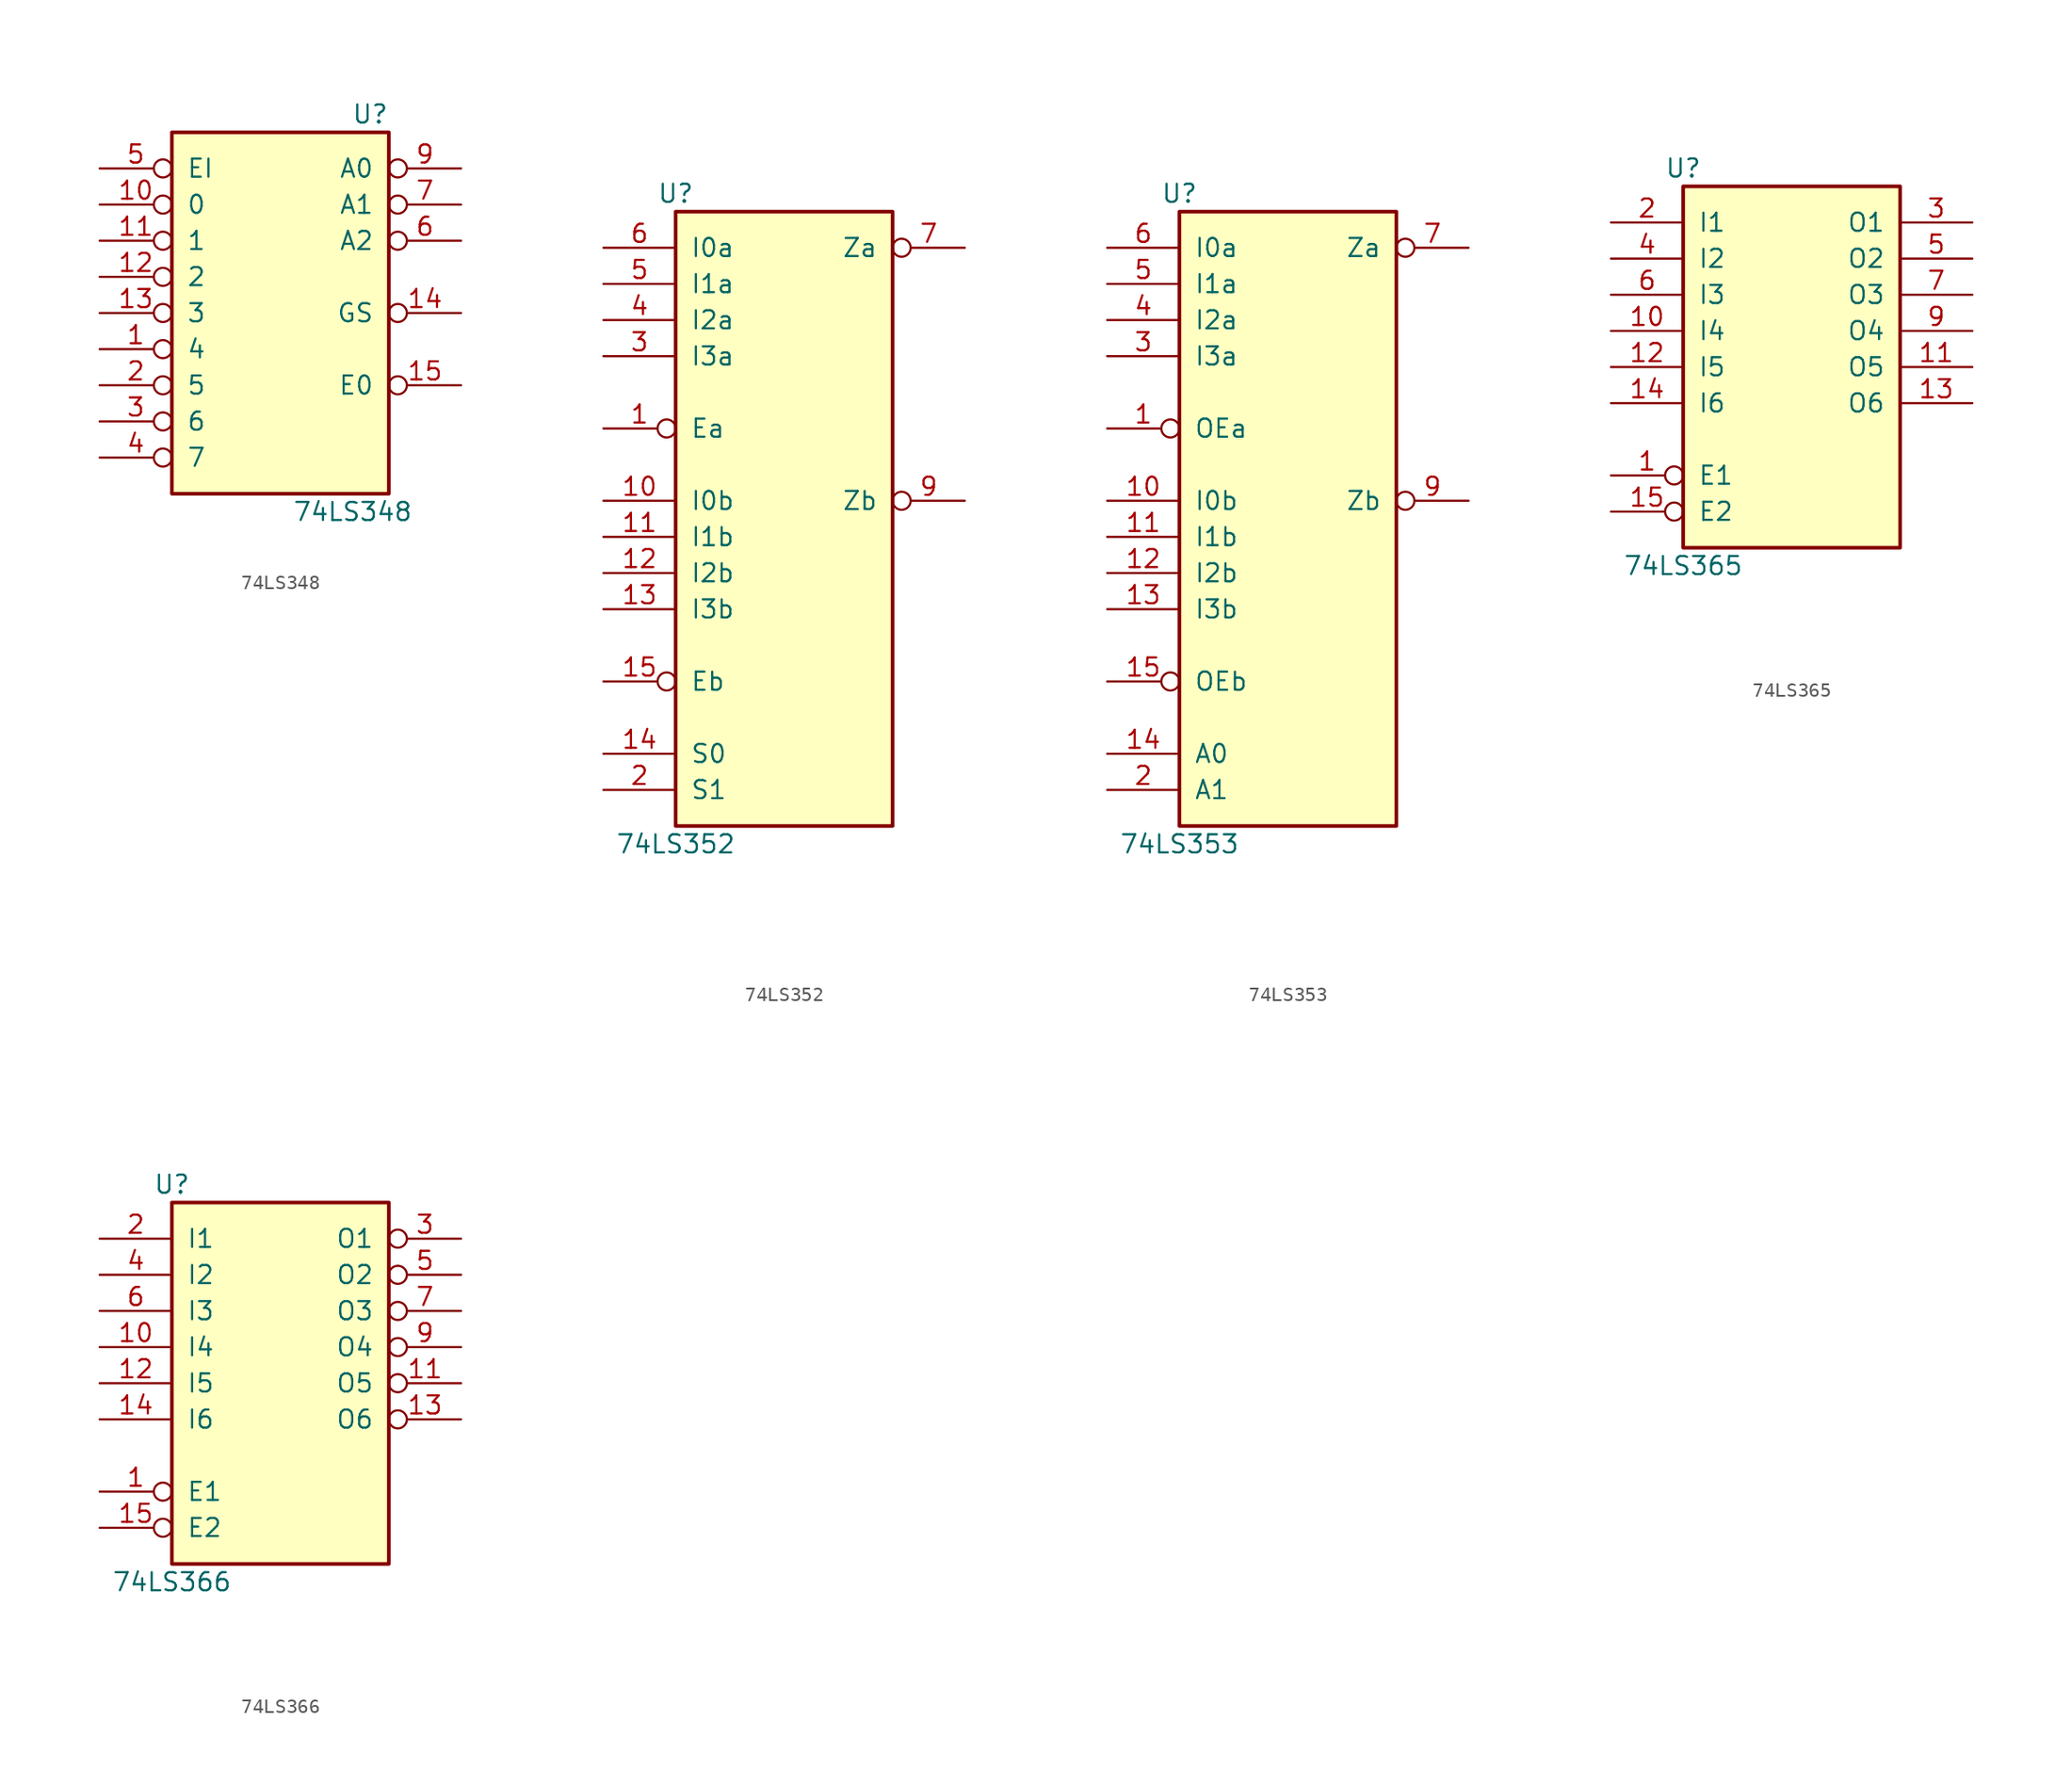
<source format=kicad_sym>
(kicad_symbol_lib
  (version 20231120)
  (generator "kicad_symbol_editor")
  (generator_version "8.0")
  (symbol "74LS348"
    (pin_names
      (offset 1.016))
    (property "Reference" "U"
      (at 7.62 13.97 0)
      (effects (font (size 1.27 1.27)) (justify right)))
    (property "Value" "74LS348"
      (at 5.08 -13.97 0)
      (effects (font (size 1.27 1.27))))
    (property "ki_locked" ""
      (at 0 0 0)
      (effects (font (size 1.27 1.27))))
    (symbol "74LS348_1_0"
      (pin input inverted (at -12.7 -2.54 0) (length 5.08) (name "4" (effects (font (size 1.27 1.27)))) (number "1" (effects (font (size 1.27 1.27)))))
      (pin input inverted (at -12.7 7.62 0) (length 5.08) (name "0" (effects (font (size 1.27 1.27)))) (number "10" (effects (font (size 1.27 1.27)))))
      (pin input inverted (at -12.7 5.08 0) (length 5.08) (name "1" (effects (font (size 1.27 1.27)))) (number "11" (effects (font (size 1.27 1.27)))))
      (pin input inverted (at -12.7 2.54 0) (length 5.08) (name "2" (effects (font (size 1.27 1.27)))) (number "12" (effects (font (size 1.27 1.27)))))
      (pin input inverted (at -12.7 0 0) (length 5.08) (name "3" (effects (font (size 1.27 1.27)))) (number "13" (effects (font (size 1.27 1.27)))))
      (pin output inverted (at 12.7 0 180) (length 5.08) (name "GS" (effects (font (size 1.27 1.27)))) (number "14" (effects (font (size 1.27 1.27)))))
      (pin output inverted (at 12.7 -5.08 180) (length 5.08) (name "E0" (effects (font (size 1.27 1.27)))) (number "15" (effects (font (size 1.27 1.27)))))
      (pin input line (at 0 12.7 270) (length 1.27) hide (name "VCC" (effects (font (size 1.27 1.27)))) (number "16" (effects (font (size 1.27 1.27)))))
      (pin input inverted (at -12.7 -5.08 0) (length 5.08) (name "5" (effects (font (size 1.27 1.27)))) (number "2" (effects (font (size 1.27 1.27)))))
      (pin input inverted (at -12.7 -7.62 0) (length 5.08) (name "6" (effects (font (size 1.27 1.27)))) (number "3" (effects (font (size 1.27 1.27)))))
      (pin input inverted (at -12.7 -10.16 0) (length 5.08) (name "7" (effects (font (size 1.27 1.27)))) (number "4" (effects (font (size 1.27 1.27)))))
      (pin input inverted (at -12.7 10.16 0) (length 5.08) (name "EI" (effects (font (size 1.27 1.27)))) (number "5" (effects (font (size 1.27 1.27)))))
      (pin tri_state inverted (at 12.7 5.08 180) (length 5.08) (name "A2" (effects (font (size 1.27 1.27)))) (number "6" (effects (font (size 1.27 1.27)))))
      (pin tri_state inverted (at 12.7 7.62 180) (length 5.08) (name "A1" (effects (font (size 1.27 1.27)))) (number "7" (effects (font (size 1.27 1.27)))))
      (pin power_in line (at 0 -12.7 90) (length 1.27) hide (name "GND" (effects (font (size 1.27 1.27)))) (number "8" (effects (font (size 1.27 1.27)))))
      (pin tri_state inverted (at 12.7 10.16 180) (length 5.08) (name "A0" (effects (font (size 1.27 1.27)))) (number "9" (effects (font (size 1.27 1.27))))))
    (symbol "74LS348_1_1"
      (rectangle (start -7.62 12.7) (end 7.62 -12.7) (stroke (width 0.254) (type default)) (fill (type background)))))
  (symbol "74LS352"
    (pin_names
      (offset 1.016))
    (property "Reference" "U"
      (at -7.62 21.59 0)
      (effects (font (size 1.27 1.27))))
    (property "Value" "74LS352"
      (at -7.62 -24.13 0)
      (effects (font (size 1.27 1.27))))
    (property "ki_locked" ""
      (at 0 0 0)
      (effects (font (size 1.27 1.27))))
    (symbol "74LS352_1_0"
      (pin input inverted (at -12.7 5.08 0) (length 5.08) (name "Ea" (effects (font (size 1.27 1.27)))) (number "1" (effects (font (size 1.27 1.27)))))
      (pin input line (at -12.7 0 0) (length 5.08) (name "I0b" (effects (font (size 1.27 1.27)))) (number "10" (effects (font (size 1.27 1.27)))))
      (pin input line (at -12.7 -2.54 0) (length 5.08) (name "I1b" (effects (font (size 1.27 1.27)))) (number "11" (effects (font (size 1.27 1.27)))))
      (pin input line (at -12.7 -5.08 0) (length 5.08) (name "I2b" (effects (font (size 1.27 1.27)))) (number "12" (effects (font (size 1.27 1.27)))))
      (pin input line (at -12.7 -7.62 0) (length 5.08) (name "I3b" (effects (font (size 1.27 1.27)))) (number "13" (effects (font (size 1.27 1.27)))))
      (pin input line (at -12.7 -17.78 0) (length 5.08) (name "S0" (effects (font (size 1.27 1.27)))) (number "14" (effects (font (size 1.27 1.27)))))
      (pin input inverted (at -12.7 -12.7 0) (length 5.08) (name "Eb" (effects (font (size 1.27 1.27)))) (number "15" (effects (font (size 1.27 1.27)))))
      (pin input line (at 0 25.4 270) (length 5.08) hide (name "VCC" (effects (font (size 1.27 1.27)))) (number "16" (effects (font (size 1.27 1.27)))))
      (pin input line (at -12.7 -20.32 0) (length 5.08) (name "S1" (effects (font (size 1.27 1.27)))) (number "2" (effects (font (size 1.27 1.27)))))
      (pin input line (at -12.7 10.16 0) (length 5.08) (name "I3a" (effects (font (size 1.27 1.27)))) (number "3" (effects (font (size 1.27 1.27)))))
      (pin input line (at -12.7 12.7 0) (length 5.08) (name "I2a" (effects (font (size 1.27 1.27)))) (number "4" (effects (font (size 1.27 1.27)))))
      (pin input line (at -12.7 15.24 0) (length 5.08) (name "I1a" (effects (font (size 1.27 1.27)))) (number "5" (effects (font (size 1.27 1.27)))))
      (pin input line (at -12.7 17.78 0) (length 5.08) (name "I0a" (effects (font (size 1.27 1.27)))) (number "6" (effects (font (size 1.27 1.27)))))
      (pin output inverted (at 12.7 17.78 180) (length 5.08) (name "Za" (effects (font (size 1.27 1.27)))) (number "7" (effects (font (size 1.27 1.27)))))
      (pin input line (at 0 -27.94 90) (length 5.08) hide (name "GND" (effects (font (size 1.27 1.27)))) (number "8" (effects (font (size 1.27 1.27)))))
      (pin output inverted (at 12.7 0 180) (length 5.08) (name "Zb" (effects (font (size 1.27 1.27)))) (number "9" (effects (font (size 1.27 1.27))))))
    (symbol "74LS352_1_1"
      (rectangle (start -7.62 20.32) (end 7.62 -22.86) (stroke (width 0.254) (type default)) (fill (type background)))))
  (symbol "74LS353"
    (pin_names
      (offset 1.016))
    (property "Reference" "U"
      (at -7.62 21.59 0)
      (effects (font (size 1.27 1.27))))
    (property "Value" "74LS353"
      (at -7.62 -24.13 0)
      (effects (font (size 1.27 1.27))))
    (property "ki_locked" ""
      (at 0 0 0)
      (effects (font (size 1.27 1.27))))
    (symbol "74LS353_1_0"
      (pin input inverted (at -12.7 5.08 0) (length 5.08) (name "OEa" (effects (font (size 1.27 1.27)))) (number "1" (effects (font (size 1.27 1.27)))))
      (pin input line (at -12.7 0 0) (length 5.08) (name "I0b" (effects (font (size 1.27 1.27)))) (number "10" (effects (font (size 1.27 1.27)))))
      (pin input line (at -12.7 -2.54 0) (length 5.08) (name "I1b" (effects (font (size 1.27 1.27)))) (number "11" (effects (font (size 1.27 1.27)))))
      (pin input line (at -12.7 -5.08 0) (length 5.08) (name "I2b" (effects (font (size 1.27 1.27)))) (number "12" (effects (font (size 1.27 1.27)))))
      (pin input line (at -12.7 -7.62 0) (length 5.08) (name "I3b" (effects (font (size 1.27 1.27)))) (number "13" (effects (font (size 1.27 1.27)))))
      (pin input line (at -12.7 -17.78 0) (length 5.08) (name "A0" (effects (font (size 1.27 1.27)))) (number "14" (effects (font (size 1.27 1.27)))))
      (pin input inverted (at -12.7 -12.7 0) (length 5.08) (name "OEb" (effects (font (size 1.27 1.27)))) (number "15" (effects (font (size 1.27 1.27)))))
      (pin input line (at 0 25.4 270) (length 5.08) hide (name "VCC" (effects (font (size 1.27 1.27)))) (number "16" (effects (font (size 1.27 1.27)))))
      (pin input line (at -12.7 -20.32 0) (length 5.08) (name "A1" (effects (font (size 1.27 1.27)))) (number "2" (effects (font (size 1.27 1.27)))))
      (pin input line (at -12.7 10.16 0) (length 5.08) (name "I3a" (effects (font (size 1.27 1.27)))) (number "3" (effects (font (size 1.27 1.27)))))
      (pin input line (at -12.7 12.7 0) (length 5.08) (name "I2a" (effects (font (size 1.27 1.27)))) (number "4" (effects (font (size 1.27 1.27)))))
      (pin input line (at -12.7 15.24 0) (length 5.08) (name "I1a" (effects (font (size 1.27 1.27)))) (number "5" (effects (font (size 1.27 1.27)))))
      (pin input line (at -12.7 17.78 0) (length 5.08) (name "I0a" (effects (font (size 1.27 1.27)))) (number "6" (effects (font (size 1.27 1.27)))))
      (pin tri_state inverted (at 12.7 17.78 180) (length 5.08) (name "Za" (effects (font (size 1.27 1.27)))) (number "7" (effects (font (size 1.27 1.27)))))
      (pin input line (at 0 -27.94 90) (length 5.08) hide (name "GND" (effects (font (size 1.27 1.27)))) (number "8" (effects (font (size 1.27 1.27)))))
      (pin tri_state inverted (at 12.7 0 180) (length 5.08) (name "Zb" (effects (font (size 1.27 1.27)))) (number "9" (effects (font (size 1.27 1.27))))))
    (symbol "74LS353_1_1"
      (rectangle (start -7.62 20.32) (end 7.62 -22.86) (stroke (width 0.254) (type default)) (fill (type background)))))
  (symbol "74LS365"
    (pin_names
      (offset 1.016))
    (property "Reference" "U"
      (at -7.62 13.97 0)
      (effects (font (size 1.27 1.27))))
    (property "Value" "74LS365"
      (at -7.62 -13.97 0)
      (effects (font (size 1.27 1.27))))
    (property "ki_locked" ""
      (at 0 0 0)
      (effects (font (size 1.27 1.27))))
    (symbol "74LS365_1_0"
      (pin input inverted (at -12.7 -7.62 0) (length 5.08) (name "E1" (effects (font (size 1.27 1.27)))) (number "1" (effects (font (size 1.27 1.27)))))
      (pin input line (at -12.7 2.54 0) (length 5.08) (name "I4" (effects (font (size 1.27 1.27)))) (number "10" (effects (font (size 1.27 1.27)))))
      (pin tri_state line (at 12.7 0 180) (length 5.08) (name "O5" (effects (font (size 1.27 1.27)))) (number "11" (effects (font (size 1.27 1.27)))))
      (pin input line (at -12.7 0 0) (length 5.08) (name "I5" (effects (font (size 1.27 1.27)))) (number "12" (effects (font (size 1.27 1.27)))))
      (pin tri_state line (at 12.7 -2.54 180) (length 5.08) (name "O6" (effects (font (size 1.27 1.27)))) (number "13" (effects (font (size 1.27 1.27)))))
      (pin input line (at -12.7 -2.54 0) (length 5.08) (name "I6" (effects (font (size 1.27 1.27)))) (number "14" (effects (font (size 1.27 1.27)))))
      (pin input inverted (at -12.7 -10.16 0) (length 5.08) (name "E2" (effects (font (size 1.27 1.27)))) (number "15" (effects (font (size 1.27 1.27)))))
      (pin input line (at 0 17.78 270) (length 5.08) hide (name "VCC" (effects (font (size 1.27 1.27)))) (number "16" (effects (font (size 1.27 1.27)))))
      (pin input line (at -12.7 10.16 0) (length 5.08) (name "I1" (effects (font (size 1.27 1.27)))) (number "2" (effects (font (size 1.27 1.27)))))
      (pin tri_state line (at 12.7 10.16 180) (length 5.08) (name "O1" (effects (font (size 1.27 1.27)))) (number "3" (effects (font (size 1.27 1.27)))))
      (pin input line (at -12.7 7.62 0) (length 5.08) (name "I2" (effects (font (size 1.27 1.27)))) (number "4" (effects (font (size 1.27 1.27)))))
      (pin tri_state line (at 12.7 7.62 180) (length 5.08) (name "O2" (effects (font (size 1.27 1.27)))) (number "5" (effects (font (size 1.27 1.27)))))
      (pin input line (at -12.7 5.08 0) (length 5.08) (name "I3" (effects (font (size 1.27 1.27)))) (number "6" (effects (font (size 1.27 1.27)))))
      (pin tri_state line (at 12.7 5.08 180) (length 5.08) (name "O3" (effects (font (size 1.27 1.27)))) (number "7" (effects (font (size 1.27 1.27)))))
      (pin input line (at 0 -17.78 90) (length 5.08) hide (name "GND" (effects (font (size 1.27 1.27)))) (number "8" (effects (font (size 1.27 1.27)))))
      (pin tri_state line (at 12.7 2.54 180) (length 5.08) (name "O4" (effects (font (size 1.27 1.27)))) (number "9" (effects (font (size 1.27 1.27))))))
    (symbol "74LS365_1_1"
      (rectangle (start -7.62 12.7) (end 7.62 -12.7) (stroke (width 0.254) (type default)) (fill (type background)))))
  (symbol "74LS366"
    (pin_names
      (offset 1.016))
    (property "Reference" "U"
      (at -7.62 13.97 0)
      (effects (font (size 1.27 1.27))))
    (property "Value" "74LS366"
      (at -7.62 -13.97 0)
      (effects (font (size 1.27 1.27))))
    (property "ki_locked" ""
      (at 0 0 0)
      (effects (font (size 1.27 1.27))))
    (symbol "74LS366_1_0"
      (pin input inverted (at -12.7 -7.62 0) (length 5.08) (name "E1" (effects (font (size 1.27 1.27)))) (number "1" (effects (font (size 1.27 1.27)))))
      (pin input line (at -12.7 2.54 0) (length 5.08) (name "I4" (effects (font (size 1.27 1.27)))) (number "10" (effects (font (size 1.27 1.27)))))
      (pin tri_state inverted (at 12.7 0 180) (length 5.08) (name "O5" (effects (font (size 1.27 1.27)))) (number "11" (effects (font (size 1.27 1.27)))))
      (pin input line (at -12.7 0 0) (length 5.08) (name "I5" (effects (font (size 1.27 1.27)))) (number "12" (effects (font (size 1.27 1.27)))))
      (pin tri_state inverted (at 12.7 -2.54 180) (length 5.08) (name "O6" (effects (font (size 1.27 1.27)))) (number "13" (effects (font (size 1.27 1.27)))))
      (pin input line (at -12.7 -2.54 0) (length 5.08) (name "I6" (effects (font (size 1.27 1.27)))) (number "14" (effects (font (size 1.27 1.27)))))
      (pin input inverted (at -12.7 -10.16 0) (length 5.08) (name "E2" (effects (font (size 1.27 1.27)))) (number "15" (effects (font (size 1.27 1.27)))))
      (pin input line (at 0 17.78 270) (length 5.08) hide (name "VCC" (effects (font (size 1.27 1.27)))) (number "16" (effects (font (size 1.27 1.27)))))
      (pin input line (at -12.7 10.16 0) (length 5.08) (name "I1" (effects (font (size 1.27 1.27)))) (number "2" (effects (font (size 1.27 1.27)))))
      (pin tri_state inverted (at 12.7 10.16 180) (length 5.08) (name "O1" (effects (font (size 1.27 1.27)))) (number "3" (effects (font (size 1.27 1.27)))))
      (pin input line (at -12.7 7.62 0) (length 5.08) (name "I2" (effects (font (size 1.27 1.27)))) (number "4" (effects (font (size 1.27 1.27)))))
      (pin tri_state inverted (at 12.7 7.62 180) (length 5.08) (name "O2" (effects (font (size 1.27 1.27)))) (number "5" (effects (font (size 1.27 1.27)))))
      (pin input line (at -12.7 5.08 0) (length 5.08) (name "I3" (effects (font (size 1.27 1.27)))) (number "6" (effects (font (size 1.27 1.27)))))
      (pin tri_state inverted (at 12.7 5.08 180) (length 5.08) (name "O3" (effects (font (size 1.27 1.27)))) (number "7" (effects (font (size 1.27 1.27)))))
      (pin input line (at 0 -17.78 90) (length 5.08) hide (name "GND" (effects (font (size 1.27 1.27)))) (number "8" (effects (font (size 1.27 1.27)))))
      (pin tri_state inverted (at 12.7 2.54 180) (length 5.08) (name "O4" (effects (font (size 1.27 1.27)))) (number "9" (effects (font (size 1.27 1.27))))))
    (symbol "74LS366_1_1"
      (rectangle (start -7.62 12.7) (end 7.62 -12.7) (stroke (width 0.254) (type default)) (fill (type background))))))
</source>
